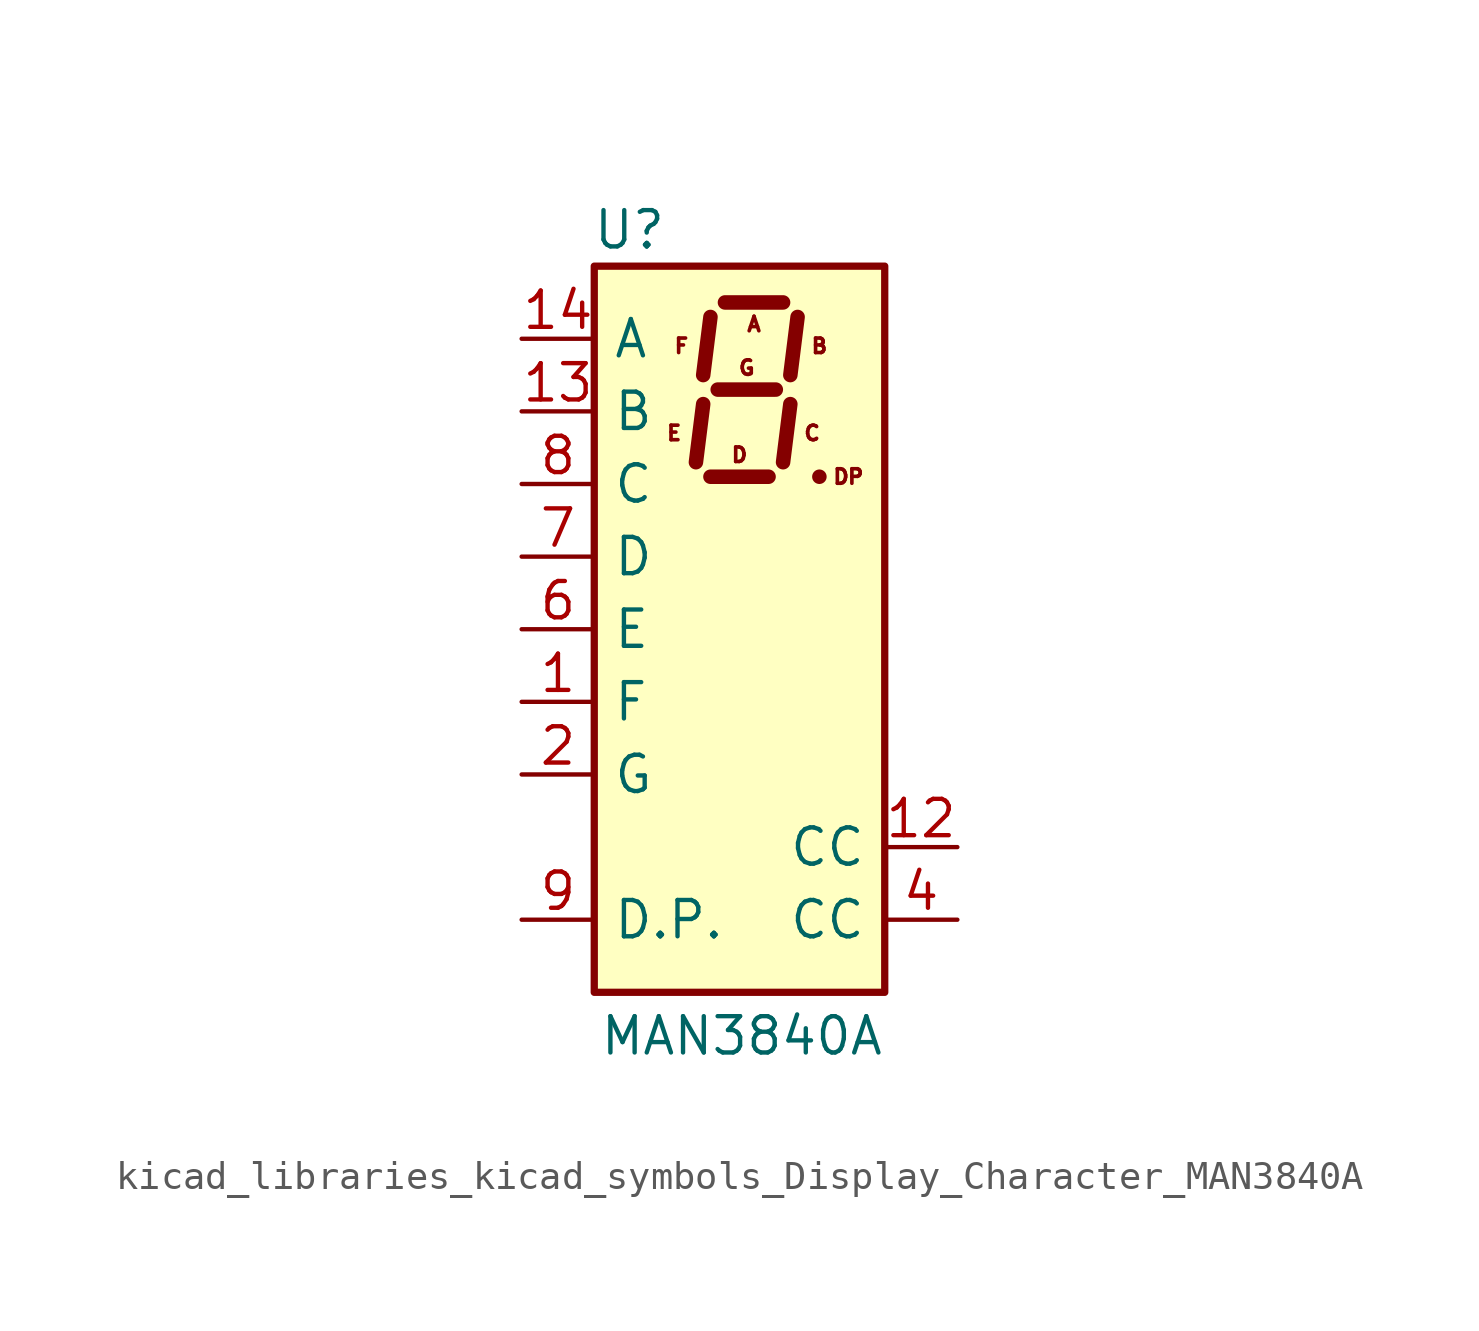
<source format=kicad_sym>
(kicad_symbol_lib
  (version 20220914)
  (generator kicad_symbol_editor)
  (symbol "kicad_libraries_kicad_symbols_Display_Character_MAN3840A"
    (pin_names
      (offset 0.635))
    (property "Reference" "U"
      (at -2.54 13.97 0)
      (effects (font (size 1.27 1.27)) (justify right)))
    (property "Value" "MAN3840A"
      (at 5.08 -14.224 0)
      (effects (font (size 1.27 1.27)) (justify right)))
    (symbol "kicad_libraries_kicad_symbols_Display_Character_MAN3840A_0_0"
      (text "A" (at 0.508 10.668 0) (effects (font (size 0.508 0.508))))
      (text "B" (at 2.794 9.906 0) (effects (font (size 0.508 0.508))))
      (text "C" (at 2.54 6.858 0) (effects (font (size 0.508 0.508))))
      (text "D" (at 0 6.096 0) (effects (font (size 0.508 0.508))))
      (text "DP" (at 3.81 5.334 0) (effects (font (size 0.508 0.508))))
      (text "E" (at -2.286 6.858 0) (effects (font (size 0.508 0.508))))
      (text "F" (at -2.032 9.906 0) (effects (font (size 0.508 0.508))))
      (text "G" (at 0.254 9.144 0) (effects (font (size 0.508 0.508)))))
    (symbol "kicad_libraries_kicad_symbols_Display_Character_MAN3840A_0_1"
      (rectangle (start -5.08 12.7) (end 5.08 -12.7) (stroke (width 0.254) (type default)) (fill (type background)))
      (polyline (pts (xy -1.27 7.874) (xy -1.524 5.842)) (stroke (width 0.508) (type default)) (fill (type none)))
      (polyline (pts (xy -1.016 5.334) (xy 1.016 5.334)) (stroke (width 0.508) (type default)) (fill (type none)))
      (polyline (pts (xy -1.016 10.922) (xy -1.27 8.89)) (stroke (width 0.508) (type default)) (fill (type none)))
      (polyline (pts (xy -0.762 8.382) (xy 1.27 8.382)) (stroke (width 0.508) (type default)) (fill (type none)))
      (polyline (pts (xy -0.508 11.43) (xy 1.524 11.43)) (stroke (width 0.508) (type default)) (fill (type none)))
      (polyline (pts (xy 1.778 7.874) (xy 1.524 5.842)) (stroke (width 0.508) (type default)) (fill (type none)))
      (polyline (pts (xy 2.032 10.922) (xy 1.778 8.89)) (stroke (width 0.508) (type default)) (fill (type none)))
      (polyline (pts (xy 2.794 5.334) (xy 2.794 5.334)) (stroke (width 0.508) (type default)) (fill (type none))))
    (symbol "kicad_libraries_kicad_symbols_Display_Character_MAN3840A_1_1"
      (pin input line (at -7.62 -2.54 0) (length 2.54) (name "F" (effects (font (size 1.27 1.27)))) (number "1" (effects (font (size 1.27 1.27)))))
      (pin no_connect line (at 5.08 -2.54 180) (length 2.54) hide (name "NC" (effects (font (size 1.27 1.27)))) (number "10" (effects (font (size 1.27 1.27)))))
      (pin no_connect line (at 5.08 -5.08 180) (length 2.54) hide (name "NC" (effects (font (size 1.27 1.27)))) (number "11" (effects (font (size 1.27 1.27)))))
      (pin input line (at 7.62 -7.62 180) (length 2.54) (name "CC" (effects (font (size 1.27 1.27)))) (number "12" (effects (font (size 1.27 1.27)))))
      (pin input line (at -7.62 7.62 0) (length 2.54) (name "B" (effects (font (size 1.27 1.27)))) (number "13" (effects (font (size 1.27 1.27)))))
      (pin input line (at -7.62 10.16 0) (length 2.54) (name "A" (effects (font (size 1.27 1.27)))) (number "14" (effects (font (size 1.27 1.27)))))
      (pin input line (at -7.62 -5.08 0) (length 2.54) (name "G" (effects (font (size 1.27 1.27)))) (number "2" (effects (font (size 1.27 1.27)))))
      (pin no_connect line (at 5.08 2.54 180) (length 2.54) hide (name "NC" (effects (font (size 1.27 1.27)))) (number "3" (effects (font (size 1.27 1.27)))))
      (pin input line (at 7.62 -10.16 180) (length 2.54) (name "CC" (effects (font (size 1.27 1.27)))) (number "4" (effects (font (size 1.27 1.27)))))
      (pin no_connect line (at 5.08 0 180) (length 2.54) hide (name "NC" (effects (font (size 1.27 1.27)))) (number "5" (effects (font (size 1.27 1.27)))))
      (pin input line (at -7.62 0 0) (length 2.54) (name "E" (effects (font (size 1.27 1.27)))) (number "6" (effects (font (size 1.27 1.27)))))
      (pin input line (at -7.62 2.54 0) (length 2.54) (name "D" (effects (font (size 1.27 1.27)))) (number "7" (effects (font (size 1.27 1.27)))))
      (pin input line (at -7.62 5.08 0) (length 2.54) (name "C" (effects (font (size 1.27 1.27)))) (number "8" (effects (font (size 1.27 1.27)))))
      (pin input line (at -7.62 -10.16 0) (length 2.54) (name "D.P." (effects (font (size 1.27 1.27)))) (number "9" (effects (font (size 1.27 1.27))))))))
</source>
